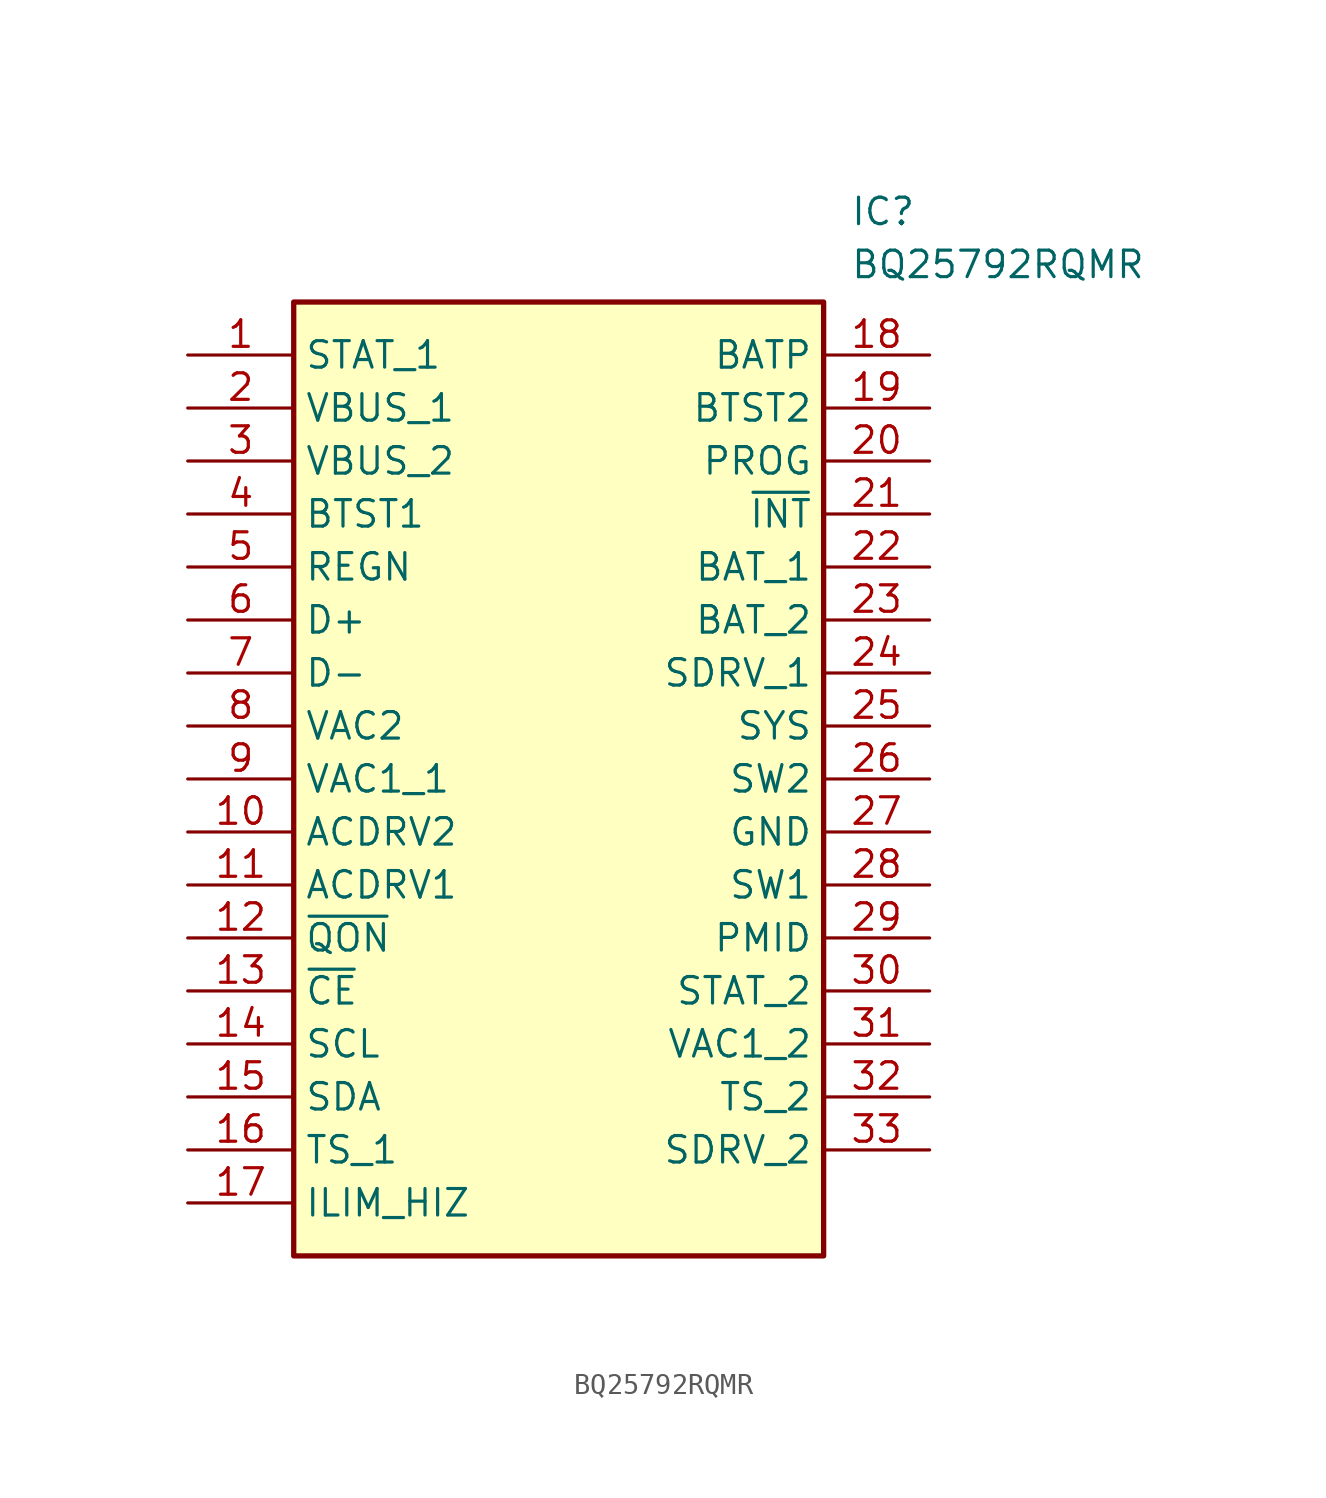
<source format=kicad_sym>
(kicad_symbol_lib
  (version 20211014)
  (generator SamacSys_ECAD_Model)
  (symbol "BQ25792RQMR"
    (property "Reference" "IC"
      (at 31.75 7.62 0)
      (effects (font (size 1.27 1.27)) (justify left top)))
    (property "Value" "BQ25792RQMR"
      (at 31.75 5.08 0)
      (effects (font (size 1.27 1.27)) (justify left top)))
    (rectangle
      (start 5.08 2.54)
      (end 30.48 -43.18)
      (stroke (width 0.254) (type default))
      (fill (type background)))
    (pin passive line
      (at 0 0 0)
      (length 5.08)
      (name "STAT_1" (effects (font (size 1.27 1.27))))
      (number "1" (effects (font (size 1.27 1.27)))))
    (pin passive line
      (at 0 -2.54 0)
      (length 5.08)
      (name "VBUS_1" (effects (font (size 1.27 1.27))))
      (number "2" (effects (font (size 1.27 1.27)))))
    (pin passive line
      (at 0 -5.08 0)
      (length 5.08)
      (name "VBUS_2" (effects (font (size 1.27 1.27))))
      (number "3" (effects (font (size 1.27 1.27)))))
    (pin passive line
      (at 0 -7.62 0)
      (length 5.08)
      (name "BTST1" (effects (font (size 1.27 1.27))))
      (number "4" (effects (font (size 1.27 1.27)))))
    (pin passive line
      (at 0 -10.16 0)
      (length 5.08)
      (name "REGN" (effects (font (size 1.27 1.27))))
      (number "5" (effects (font (size 1.27 1.27)))))
    (pin passive line
      (at 0 -12.7 0)
      (length 5.08)
      (name "D+" (effects (font (size 1.27 1.27))))
      (number "6" (effects (font (size 1.27 1.27)))))
    (pin passive line
      (at 0 -15.24 0)
      (length 5.08)
      (name "D-" (effects (font (size 1.27 1.27))))
      (number "7" (effects (font (size 1.27 1.27)))))
    (pin passive line
      (at 0 -17.78 0)
      (length 5.08)
      (name "VAC2" (effects (font (size 1.27 1.27))))
      (number "8" (effects (font (size 1.27 1.27)))))
    (pin passive line
      (at 0 -20.32 0)
      (length 5.08)
      (name "VAC1_1" (effects (font (size 1.27 1.27))))
      (number "9" (effects (font (size 1.27 1.27)))))
    (pin passive line
      (at 0 -22.86 0)
      (length 5.08)
      (name "ACDRV2" (effects (font (size 1.27 1.27))))
      (number "10" (effects (font (size 1.27 1.27)))))
    (pin passive line
      (at 0 -25.4 0)
      (length 5.08)
      (name "ACDRV1" (effects (font (size 1.27 1.27))))
      (number "11" (effects (font (size 1.27 1.27)))))
    (pin passive line
      (at 0 -27.94 0)
      (length 5.08)
      (name "~{QON}" (effects (font (size 1.27 1.27))))
      (number "12" (effects (font (size 1.27 1.27)))))
    (pin passive line
      (at 0 -30.48 0)
      (length 5.08)
      (name "~{CE}" (effects (font (size 1.27 1.27))))
      (number "13" (effects (font (size 1.27 1.27)))))
    (pin passive line
      (at 0 -33.02 0)
      (length 5.08)
      (name "SCL" (effects (font (size 1.27 1.27))))
      (number "14" (effects (font (size 1.27 1.27)))))
    (pin passive line
      (at 0 -35.56 0)
      (length 5.08)
      (name "SDA" (effects (font (size 1.27 1.27))))
      (number "15" (effects (font (size 1.27 1.27)))))
    (pin passive line
      (at 0 -38.1 0)
      (length 5.08)
      (name "TS_1" (effects (font (size 1.27 1.27))))
      (number "16" (effects (font (size 1.27 1.27)))))
    (pin passive line
      (at 0 -40.64 0)
      (length 5.08)
      (name "ILIM_HIZ" (effects (font (size 1.27 1.27))))
      (number "17" (effects (font (size 1.27 1.27)))))
    (pin passive line
      (at 35.56 0 180)
      (length 5.08)
      (name "BATP" (effects (font (size 1.27 1.27))))
      (number "18" (effects (font (size 1.27 1.27)))))
    (pin passive line
      (at 35.56 -2.54 180)
      (length 5.08)
      (name "BTST2" (effects (font (size 1.27 1.27))))
      (number "19" (effects (font (size 1.27 1.27)))))
    (pin passive line
      (at 35.56 -5.08 180)
      (length 5.08)
      (name "PROG" (effects (font (size 1.27 1.27))))
      (number "20" (effects (font (size 1.27 1.27)))))
    (pin passive line
      (at 35.56 -7.62 180)
      (length 5.08)
      (name "~{INT}" (effects (font (size 1.27 1.27))))
      (number "21" (effects (font (size 1.27 1.27)))))
    (pin passive line
      (at 35.56 -10.16 180)
      (length 5.08)
      (name "BAT_1" (effects (font (size 1.27 1.27))))
      (number "22" (effects (font (size 1.27 1.27)))))
    (pin passive line
      (at 35.56 -12.7 180)
      (length 5.08)
      (name "BAT_2" (effects (font (size 1.27 1.27))))
      (number "23" (effects (font (size 1.27 1.27)))))
    (pin passive line
      (at 35.56 -15.24 180)
      (length 5.08)
      (name "SDRV_1" (effects (font (size 1.27 1.27))))
      (number "24" (effects (font (size 1.27 1.27)))))
    (pin passive line
      (at 35.56 -17.78 180)
      (length 5.08)
      (name "SYS" (effects (font (size 1.27 1.27))))
      (number "25" (effects (font (size 1.27 1.27)))))
    (pin passive line
      (at 35.56 -20.32 180)
      (length 5.08)
      (name "SW2" (effects (font (size 1.27 1.27))))
      (number "26" (effects (font (size 1.27 1.27)))))
    (pin passive line
      (at 35.56 -22.86 180)
      (length 5.08)
      (name "GND" (effects (font (size 1.27 1.27))))
      (number "27" (effects (font (size 1.27 1.27)))))
    (pin passive line
      (at 35.56 -25.4 180)
      (length 5.08)
      (name "SW1" (effects (font (size 1.27 1.27))))
      (number "28" (effects (font (size 1.27 1.27)))))
    (pin passive line
      (at 35.56 -27.94 180)
      (length 5.08)
      (name "PMID" (effects (font (size 1.27 1.27))))
      (number "29" (effects (font (size 1.27 1.27)))))
    (pin passive line
      (at 35.56 -30.48 180)
      (length 5.08)
      (name "STAT_2" (effects (font (size 1.27 1.27))))
      (number "30" (effects (font (size 1.27 1.27)))))
    (pin passive line
      (at 35.56 -33.02 180)
      (length 5.08)
      (name "VAC1_2" (effects (font (size 1.27 1.27))))
      (number "31" (effects (font (size 1.27 1.27)))))
    (pin passive line
      (at 35.56 -35.56 180)
      (length 5.08)
      (name "TS_2" (effects (font (size 1.27 1.27))))
      (number "32" (effects (font (size 1.27 1.27)))))
    (pin passive line
      (at 35.56 -38.1 180)
      (length 5.08)
      (name "SDRV_2" (effects (font (size 1.27 1.27))))
      (number "33" (effects (font (size 1.27 1.27)))))))
</source>
